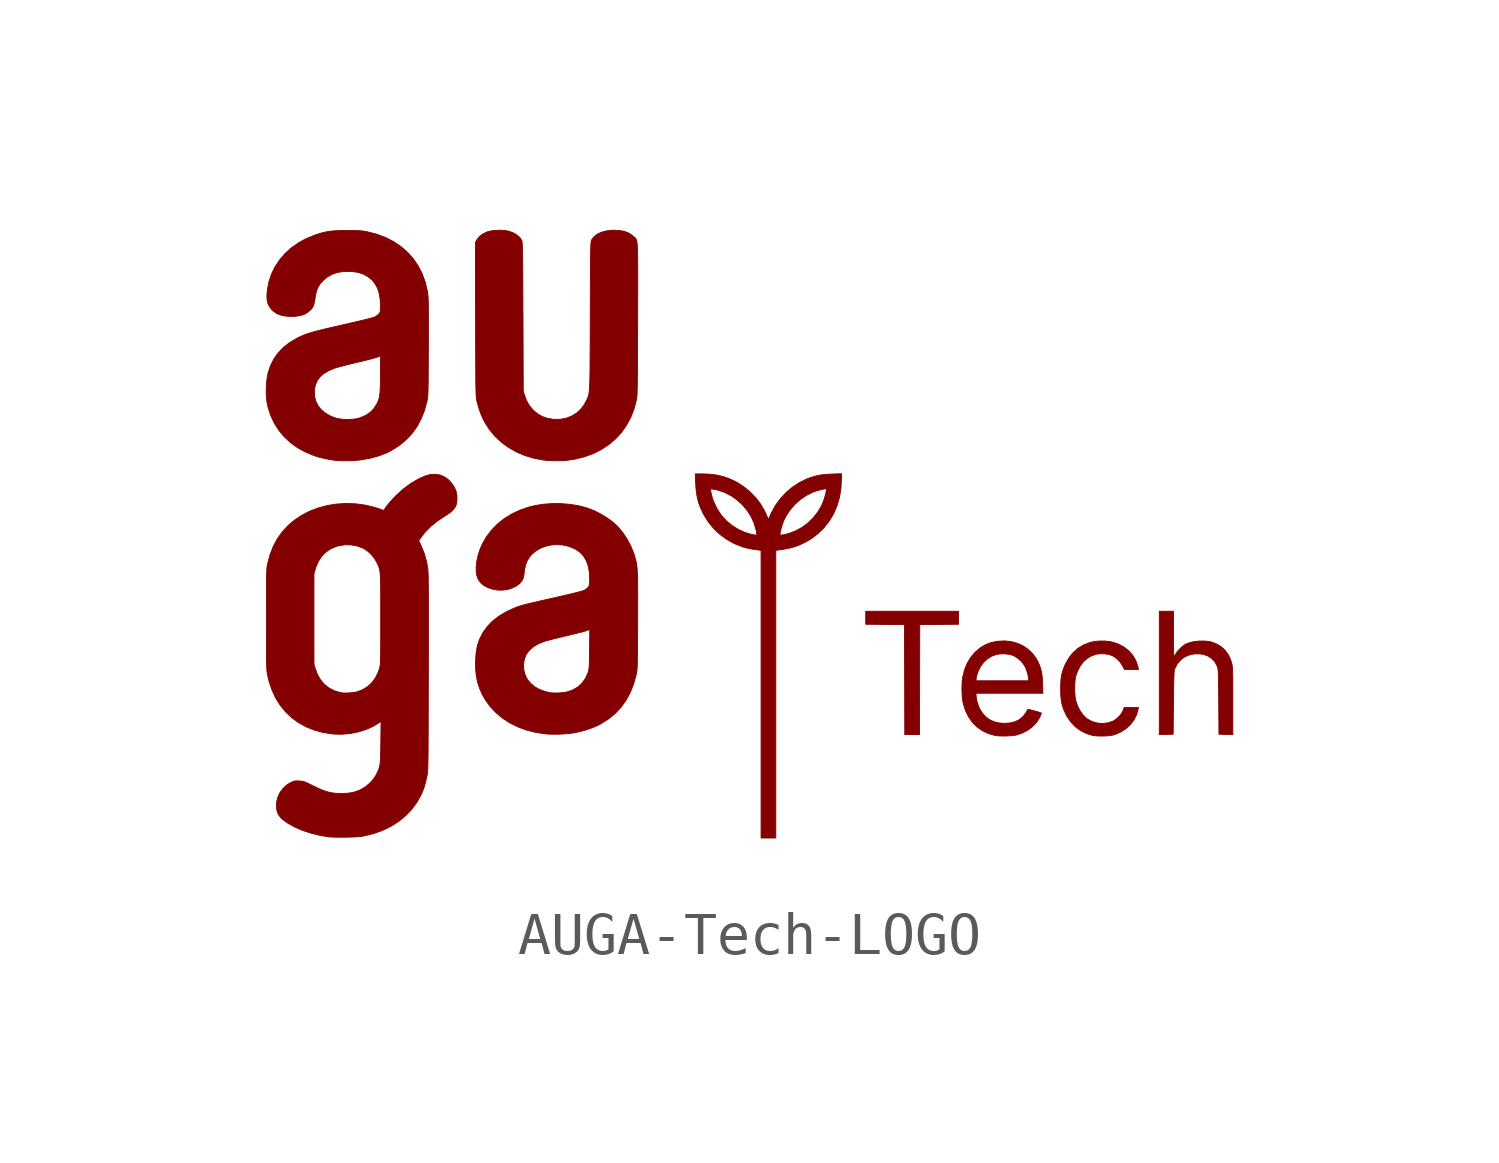
<source format=kicad_sym>
(kicad_symbol_lib
  (version 20231120)
  (generator "kicad_symbol_editor")
  (generator_version "8.0")
  (symbol "AUGA-Tech-LOGO"
    (pin_names
      (offset 1.016))
    (property "Reference" "#G"
      (at 0 9.365 0)
      (effects (font (size 1.27 1.27)) (hide yes)))
    (symbol "AUGA-Tech-LOGO_0_0"
      (polyline (pts (xy 4.032 -3.45) (xy 4.035 -2.153) (xy 4.492 -2.15) (xy 4.949 -2.146) (xy 4.949 -1.993) (xy 4.949 -1.84) (xy 3.855 -1.84) (xy 2.761 -1.84) (xy 2.761 -1.993) (xy 2.761 -2.146) (xy 3.218 -2.15) (xy 3.675 -2.153) (xy 3.679 -3.45) (xy 3.682 -4.747) (xy 3.855 -4.747) (xy 4.029 -4.747) (xy 4.032 -3.45)) (stroke (width 0.01) (type default)) (fill (type outline)))
      (polyline (pts (xy 11.419 -3.966) (xy 11.419 -3.959) (xy 11.419 -3.791) (xy 11.419 -3.648) (xy 11.418 -3.527) (xy 11.418 -3.426) (xy 11.416 -3.342) (xy 11.415 -3.274) (xy 11.412 -3.22) (xy 11.41 -3.176) (xy 11.406 -3.141) (xy 11.402 -3.113) (xy 11.398 -3.089) (xy 11.371 -2.994) (xy 11.315 -2.871) (xy 11.24 -2.765) (xy 11.147 -2.678) (xy 11.037 -2.611) (xy 10.911 -2.564) (xy 10.844 -2.551) (xy 10.734 -2.541) (xy 10.617 -2.543) (xy 10.503 -2.556) (xy 10.398 -2.58) (xy 10.31 -2.615) (xy 10.308 -2.615) (xy 10.247 -2.655) (xy 10.183 -2.711) (xy 10.124 -2.775) (xy 10.079 -2.839) (xy 10.06 -2.868) (xy 10.04 -2.896) (xy 10.029 -2.906) (xy 10.028 -2.905) (xy 10.026 -2.883) (xy 10.024 -2.839) (xy 10.022 -2.775) (xy 10.021 -2.693) (xy 10.02 -2.597) (xy 10.019 -2.49) (xy 10.019 -2.373) (xy 10.019 -1.84) (xy 9.852 -1.84) (xy 9.685 -1.84) (xy 9.685 -3.294) (xy 9.685 -4.747) (xy 9.848 -4.744) (xy 10.012 -4.74) (xy 10.019 -4) (xy 10.02 -3.918) (xy 10.022 -3.745) (xy 10.024 -3.595) (xy 10.027 -3.47) (xy 10.03 -3.369) (xy 10.033 -3.293) (xy 10.037 -3.243) (xy 10.04 -3.22) (xy 10.052 -3.19) (xy 10.11 -3.08) (xy 10.186 -2.99) (xy 10.277 -2.92) (xy 10.384 -2.872) (xy 10.503 -2.846) (xy 10.634 -2.844) (xy 10.733 -2.859) (xy 10.836 -2.897) (xy 10.925 -2.956) (xy 10.996 -3.034) (xy 11.048 -3.131) (xy 11.049 -3.131) (xy 11.055 -3.148) (xy 11.061 -3.164) (xy 11.065 -3.183) (xy 11.069 -3.205) (xy 11.072 -3.235) (xy 11.075 -3.273) (xy 11.077 -3.322) (xy 11.079 -3.384) (xy 11.081 -3.462) (xy 11.082 -3.558) (xy 11.083 -3.673) (xy 11.084 -3.811) (xy 11.086 -3.973) (xy 11.092 -4.74) (xy 11.256 -4.744) (xy 11.419 -4.747) (xy 11.419 -3.966)) (stroke (width 0.01) (type default)) (fill (type outline)))
      (polyline (pts (xy 8.371 -4.782) (xy 8.433 -4.78) (xy 8.498 -4.775) (xy 8.55 -4.768) (xy 8.598 -4.758) (xy 8.649 -4.742) (xy 8.66 -4.738) (xy 8.791 -4.679) (xy 8.907 -4.601) (xy 9.007 -4.508) (xy 9.088 -4.4) (xy 9.148 -4.282) (xy 9.184 -4.156) (xy 9.193 -4.106) (xy 9.024 -4.109) (xy 8.855 -4.113) (xy 8.829 -4.184) (xy 8.822 -4.201) (xy 8.781 -4.268) (xy 8.723 -4.335) (xy 8.657 -4.392) (xy 8.589 -4.433) (xy 8.577 -4.438) (xy 8.461 -4.474) (xy 8.34 -4.486) (xy 8.219 -4.475) (xy 8.102 -4.441) (xy 7.996 -4.385) (xy 7.971 -4.367) (xy 7.889 -4.289) (xy 7.818 -4.19) (xy 7.759 -4.075) (xy 7.715 -3.947) (xy 7.704 -3.889) (xy 7.695 -3.807) (xy 7.691 -3.713) (xy 7.69 -3.615) (xy 7.694 -3.521) (xy 7.702 -3.438) (xy 7.714 -3.373) (xy 7.753 -3.26) (xy 7.815 -3.138) (xy 7.892 -3.034) (xy 7.984 -2.951) (xy 8.089 -2.89) (xy 8.206 -2.852) (xy 8.23 -2.847) (xy 8.317 -2.841) (xy 8.409 -2.845) (xy 8.497 -2.86) (xy 8.569 -2.884) (xy 8.597 -2.898) (xy 8.686 -2.959) (xy 8.762 -3.039) (xy 8.82 -3.128) (xy 8.862 -3.213) (xy 9.028 -3.213) (xy 9.194 -3.213) (xy 9.184 -3.17) (xy 9.18 -3.15) (xy 9.166 -3.104) (xy 9.151 -3.055) (xy 9.128 -2.998) (xy 9.061 -2.882) (xy 8.973 -2.78) (xy 8.865 -2.693) (xy 8.739 -2.623) (xy 8.597 -2.572) (xy 8.536 -2.558) (xy 8.419 -2.543) (xy 8.294 -2.541) (xy 8.173 -2.55) (xy 8.065 -2.572) (xy 8.042 -2.578) (xy 7.898 -2.635) (xy 7.769 -2.712) (xy 7.657 -2.811) (xy 7.559 -2.931) (xy 7.477 -3.073) (xy 7.438 -3.159) (xy 7.406 -3.246) (xy 7.383 -3.334) (xy 7.368 -3.429) (xy 7.36 -3.538) (xy 7.358 -3.667) (xy 7.359 -3.77) (xy 7.366 -3.882) (xy 7.379 -3.979) (xy 7.399 -4.067) (xy 7.429 -4.154) (xy 7.469 -4.245) (xy 7.508 -4.321) (xy 7.598 -4.451) (xy 7.703 -4.562) (xy 7.824 -4.652) (xy 7.958 -4.721) (xy 8.104 -4.766) (xy 8.175 -4.777) (xy 8.263 -4.782) (xy 8.371 -4.782)) (stroke (width 0.01) (type default)) (fill (type outline)))
      (polyline (pts (xy 6.097 -4.78) (xy 6.188 -4.775) (xy 6.268 -4.766) (xy 6.33 -4.755) (xy 6.466 -4.706) (xy 6.592 -4.639) (xy 6.701 -4.555) (xy 6.792 -4.457) (xy 6.862 -4.348) (xy 6.869 -4.331) (xy 6.889 -4.287) (xy 6.9 -4.255) (xy 6.901 -4.24) (xy 6.891 -4.235) (xy 6.86 -4.225) (xy 6.813 -4.21) (xy 6.757 -4.195) (xy 6.717 -4.184) (xy 6.664 -4.17) (xy 6.624 -4.159) (xy 6.603 -4.153) (xy 6.597 -4.152) (xy 6.577 -4.166) (xy 6.554 -4.205) (xy 6.535 -4.24) (xy 6.469 -4.327) (xy 6.384 -4.396) (xy 6.282 -4.445) (xy 6.164 -4.474) (xy 6.03 -4.483) (xy 5.906 -4.474) (xy 5.787 -4.445) (xy 5.68 -4.396) (xy 5.673 -4.392) (xy 5.607 -4.342) (xy 5.542 -4.276) (xy 5.485 -4.202) (xy 5.442 -4.129) (xy 5.434 -4.11) (xy 5.407 -4.037) (xy 5.384 -3.957) (xy 5.369 -3.88) (xy 5.363 -3.817) (xy 5.363 -3.773) (xy 6.152 -3.773) (xy 6.94 -3.773) (xy 6.933 -3.557) (xy 6.931 -3.485) (xy 6.922 -3.372) (xy 6.907 -3.276) (xy 6.886 -3.188) (xy 6.856 -3.104) (xy 6.816 -3.016) (xy 6.777 -2.946) (xy 6.691 -2.831) (xy 6.587 -2.734) (xy 6.467 -2.654) (xy 6.334 -2.594) (xy 6.191 -2.555) (xy 6.041 -2.539) (xy 5.885 -2.546) (xy 5.855 -2.55) (xy 5.709 -2.581) (xy 5.579 -2.632) (xy 5.46 -2.704) (xy 5.348 -2.8) (xy 5.335 -2.813) (xy 5.234 -2.933) (xy 5.154 -3.068) (xy 5.093 -3.218) (xy 5.05 -3.387) (xy 5.041 -3.446) (xy 5.038 -3.48) (xy 5.363 -3.48) (xy 5.363 -3.449) (xy 5.364 -3.431) (xy 5.372 -3.39) (xy 5.383 -3.343) (xy 5.405 -3.271) (xy 5.462 -3.154) (xy 5.536 -3.051) (xy 5.626 -2.966) (xy 5.729 -2.901) (xy 5.843 -2.859) (xy 5.931 -2.845) (xy 6.037 -2.843) (xy 6.143 -2.855) (xy 6.236 -2.881) (xy 6.254 -2.889) (xy 6.332 -2.936) (xy 6.408 -2.999) (xy 6.474 -3.074) (xy 6.523 -3.151) (xy 6.54 -3.189) (xy 6.564 -3.257) (xy 6.584 -3.329) (xy 6.598 -3.397) (xy 6.603 -3.45) (xy 6.604 -3.48) (xy 5.983 -3.48) (xy 5.363 -3.48) (xy 5.038 -3.48) (xy 5.033 -3.546) (xy 5.03 -3.657) (xy 5.032 -3.769) (xy 5.038 -3.874) (xy 5.05 -3.962) (xy 5.065 -4.029) (xy 5.117 -4.189) (xy 5.188 -4.333) (xy 5.277 -4.459) (xy 5.385 -4.567) (xy 5.509 -4.655) (xy 5.649 -4.722) (xy 5.803 -4.767) (xy 5.84 -4.773) (xy 5.915 -4.78) (xy 6.004 -4.782) (xy 6.097 -4.78)) (stroke (width 0.01) (type default)) (fill (type outline)))
      (polyline (pts (xy 0.64 -3.795) (xy 0.64 -0.403) (xy 0.71 -0.394) (xy 0.833 -0.377) (xy 0.969 -0.35) (xy 1.091 -0.316) (xy 1.207 -0.273) (xy 1.324 -0.217) (xy 1.475 -0.129) (xy 1.636 -0.008) (xy 1.778 0.131) (xy 1.9 0.286) (xy 2.002 0.457) (xy 2.082 0.641) (xy 2.14 0.838) (xy 2.176 1.046) (xy 2.188 1.265) (xy 2.188 1.404) (xy 1.964 1.396) (xy 1.92 1.394) (xy 1.81 1.387) (xy 1.717 1.377) (xy 1.633 1.362) (xy 1.549 1.341) (xy 1.459 1.313) (xy 1.369 1.28) (xy 1.195 1.194) (xy 1.031 1.086) (xy 0.88 0.958) (xy 0.746 0.812) (xy 0.629 0.651) (xy 0.534 0.477) (xy 0.521 0.449) (xy 0.5 0.402) (xy 0.486 0.366) (xy 0.48 0.348) (xy 0.48 0.343) (xy 0.474 0.332) (xy 0.462 0.343) (xy 0.444 0.374) (xy 0.422 0.424) (xy 0.372 0.534) (xy 0.279 0.692) (xy 0.165 0.84) (xy 0.032 0.977) (xy -0.116 1.098) (xy -0.275 1.201) (xy -0.443 1.282) (xy -0.586 1.333) (xy -0.743 1.371) (xy -0.909 1.393) (xy -1.093 1.4) (xy -1.258 1.4) (xy -1.25 1.197) (xy -1.245 1.093) (xy -1.238 1.024) (xy -0.898 1.024) (xy -0.895 1.043) (xy -0.894 1.044) (xy -0.874 1.045) (xy -0.836 1.04) (xy -0.787 1.032) (xy -0.724 1.017) (xy -0.562 0.961) (xy -0.409 0.882) (xy -0.269 0.783) (xy -0.142 0.666) (xy -0.031 0.533) (xy 0.061 0.388) (xy 0.131 0.231) (xy 0.178 0.067) (xy 0.18 0.057) (xy 0.188 0.01) (xy 0.191 -0.024) (xy 0.738 -0.024) (xy 0.743 0.012) (xy 0.754 0.063) (xy 0.77 0.123) (xy 0.788 0.186) (xy 0.808 0.245) (xy 0.827 0.296) (xy 0.885 0.412) (xy 0.98 0.555) (xy 1.095 0.686) (xy 1.226 0.801) (xy 1.369 0.897) (xy 1.521 0.972) (xy 1.54 0.979) (xy 1.596 0.998) (xy 1.657 1.015) (xy 1.717 1.03) (xy 1.769 1.042) (xy 1.808 1.047) (xy 1.828 1.046) (xy 1.829 1.045) (xy 1.833 1.025) (xy 1.829 0.986) (xy 1.817 0.932) (xy 1.8 0.869) (xy 1.779 0.801) (xy 1.754 0.734) (xy 1.728 0.672) (xy 1.717 0.648) (xy 1.63 0.499) (xy 1.522 0.362) (xy 1.397 0.24) (xy 1.257 0.137) (xy 1.106 0.054) (xy 0.947 -0.005) (xy 0.917 -0.013) (xy 0.85 -0.03) (xy 0.795 -0.04) (xy 0.757 -0.043) (xy 0.74 -0.039) (xy 0.738 -0.024) (xy 0.191 -0.024) (xy 0.192 -0.025) (xy 0.19 -0.042) (xy 0.189 -0.042) (xy 0.168 -0.044) (xy 0.128 -0.038) (xy 0.075 -0.028) (xy 0.015 -0.012) (xy -0.046 0.006) (xy -0.102 0.026) (xy -0.237 0.087) (xy -0.392 0.183) (xy -0.53 0.298) (xy -0.649 0.432) (xy -0.749 0.584) (xy -0.828 0.752) (xy -0.83 0.757) (xy -0.85 0.814) (xy -0.868 0.875) (xy -0.883 0.934) (xy -0.893 0.986) (xy -0.898 1.024) (xy -1.238 1.024) (xy -1.231 0.951) (xy -1.208 0.823) (xy -1.175 0.704) (xy -1.129 0.586) (xy -1.07 0.461) (xy -1.056 0.434) (xy -0.949 0.264) (xy -0.822 0.109) (xy -0.676 -0.028) (xy -0.514 -0.146) (xy -0.338 -0.244) (xy -0.149 -0.319) (xy -0.07 -0.342) (xy 0.014 -0.362) (xy 0.109 -0.379) (xy 0.223 -0.394) (xy 0.293 -0.403) (xy 0.293 -3.795) (xy 0.293 -7.187) (xy 0.467 -7.187) (xy 0.64 -7.187) (xy 0.64 -3.795)) (stroke (width 0.01) (type default)) (fill (type outline)))
      (polyline (pts (xy -4.389 1.712) (xy -4.276 1.721) (xy -4.092 1.749) (xy -3.87 1.804) (xy -3.663 1.88) (xy -3.471 1.976) (xy -3.297 2.092) (xy -3.139 2.226) (xy -3 2.377) (xy -2.881 2.546) (xy -2.781 2.731) (xy -2.703 2.932) (xy -2.646 3.147) (xy -2.646 3.15) (xy -2.642 3.168) (xy -2.639 3.189) (xy -2.637 3.214) (xy -2.634 3.245) (xy -2.632 3.282) (xy -2.63 3.328) (xy -2.629 3.384) (xy -2.627 3.451) (xy -2.626 3.531) (xy -2.625 3.624) (xy -2.624 3.733) (xy -2.623 3.859) (xy -2.622 4.003) (xy -2.621 4.167) (xy -2.62 4.352) (xy -2.62 4.559) (xy -2.619 4.79) (xy -2.618 5.047) (xy -2.618 5.059) (xy -2.618 5.317) (xy -2.617 5.551) (xy -2.616 5.76) (xy -2.616 5.947) (xy -2.616 6.113) (xy -2.616 6.259) (xy -2.617 6.386) (xy -2.618 6.497) (xy -2.619 6.591) (xy -2.621 6.671) (xy -2.624 6.738) (xy -2.627 6.794) (xy -2.631 6.838) (xy -2.636 6.874) (xy -2.642 6.902) (xy -2.649 6.924) (xy -2.657 6.941) (xy -2.666 6.954) (xy -2.676 6.965) (xy -2.687 6.975) (xy -2.7 6.986) (xy -2.714 6.998) (xy -2.754 7.032) (xy -2.838 7.084) (xy -2.934 7.12) (xy -3.046 7.14) (xy -3.177 7.147) (xy -3.229 7.146) (xy -3.36 7.13) (xy -3.475 7.099) (xy -3.572 7.052) (xy -3.65 6.99) (xy -3.707 6.914) (xy -3.707 6.914) (xy -3.71 6.906) (xy -3.713 6.895) (xy -3.715 6.879) (xy -3.718 6.857) (xy -3.72 6.827) (xy -3.722 6.787) (xy -3.723 6.738) (xy -3.725 6.677) (xy -3.726 6.602) (xy -3.728 6.514) (xy -3.729 6.409) (xy -3.73 6.287) (xy -3.731 6.147) (xy -3.732 5.987) (xy -3.733 5.805) (xy -3.734 5.601) (xy -3.735 5.373) (xy -3.736 5.12) (xy -3.736 4.893) (xy -3.737 4.659) (xy -3.738 4.449) (xy -3.739 4.261) (xy -3.74 4.095) (xy -3.741 3.948) (xy -3.742 3.819) (xy -3.744 3.707) (xy -3.746 3.611) (xy -3.748 3.528) (xy -3.752 3.458) (xy -3.755 3.399) (xy -3.76 3.349) (xy -3.765 3.307) (xy -3.771 3.272) (xy -3.778 3.243) (xy -3.786 3.217) (xy -3.795 3.194) (xy -3.805 3.171) (xy -3.817 3.148) (xy -3.829 3.123) (xy -3.844 3.095) (xy -3.88 3.029) (xy -3.963 2.921) (xy -4.062 2.832) (xy -4.176 2.762) (xy -4.303 2.713) (xy -4.439 2.688) (xy -4.583 2.686) (xy -4.594 2.686) (xy -4.737 2.709) (xy -4.865 2.752) (xy -4.98 2.817) (xy -5.083 2.905) (xy -5.102 2.926) (xy -5.179 3.022) (xy -5.238 3.129) (xy -5.285 3.253) (xy -5.316 3.353) (xy -5.322 5.107) (xy -5.324 5.337) (xy -5.324 5.566) (xy -5.325 5.771) (xy -5.326 5.954) (xy -5.327 6.115) (xy -5.328 6.256) (xy -5.329 6.379) (xy -5.33 6.485) (xy -5.331 6.575) (xy -5.333 6.65) (xy -5.334 6.713) (xy -5.336 6.763) (xy -5.338 6.804) (xy -5.34 6.836) (xy -5.342 6.86) (xy -5.345 6.878) (xy -5.347 6.892) (xy -5.351 6.902) (xy -5.354 6.91) (xy -5.398 6.975) (xy -5.469 7.038) (xy -5.561 7.089) (xy -5.67 7.127) (xy -5.676 7.128) (xy -5.748 7.14) (xy -5.835 7.146) (xy -5.928 7.145) (xy -6.02 7.138) (xy -6.101 7.126) (xy -6.165 7.109) (xy -6.175 7.104) (xy -6.275 7.055) (xy -6.351 6.997) (xy -6.404 6.928) (xy -6.444 6.86) (xy -6.44 5.047) (xy -6.44 5.033) (xy -6.439 4.778) (xy -6.439 4.548) (xy -6.438 4.342) (xy -6.437 4.158) (xy -6.437 3.996) (xy -6.436 3.853) (xy -6.436 3.728) (xy -6.435 3.619) (xy -6.434 3.526) (xy -6.433 3.447) (xy -6.431 3.381) (xy -6.43 3.325) (xy -6.428 3.28) (xy -6.426 3.242) (xy -6.424 3.212) (xy -6.421 3.187) (xy -6.418 3.165) (xy -6.415 3.147) (xy -6.411 3.13) (xy -6.407 3.112) (xy -6.393 3.055) (xy -6.358 2.933) (xy -6.318 2.822) (xy -6.269 2.708) (xy -6.218 2.608) (xy -6.108 2.437) (xy -5.977 2.282) (xy -5.827 2.143) (xy -5.66 2.021) (xy -5.476 1.917) (xy -5.278 1.833) (xy -5.066 1.769) (xy -4.843 1.727) (xy -4.772 1.719) (xy -4.648 1.711) (xy -4.517 1.709) (xy -4.389 1.712)) (stroke (width 0.01) (type default)) (fill (type outline)))
      (polyline (pts (xy -4.494 -4.739) (xy -4.357 -4.733) (xy -4.227 -4.722) (xy -4.111 -4.706) (xy -4.002 -4.683) (xy -3.881 -4.651) (xy -3.76 -4.613) (xy -3.647 -4.571) (xy -3.553 -4.529) (xy -3.49 -4.496) (xy -3.311 -4.383) (xy -3.152 -4.254) (xy -3.013 -4.107) (xy -2.894 -3.942) (xy -2.794 -3.76) (xy -2.714 -3.559) (xy -2.653 -3.34) (xy -2.649 -3.322) (xy -2.644 -3.299) (xy -2.64 -3.275) (xy -2.636 -3.249) (xy -2.633 -3.219) (xy -2.631 -3.183) (xy -2.628 -3.139) (xy -2.627 -3.084) (xy -2.625 -3.019) (xy -2.624 -2.939) (xy -2.623 -2.845) (xy -2.622 -2.733) (xy -2.621 -2.601) (xy -2.62 -2.449) (xy -2.619 -2.274) (xy -2.618 -2.074) (xy -2.618 -1.996) (xy -2.617 -1.791) (xy -2.617 -1.611) (xy -2.616 -1.452) (xy -2.617 -1.314) (xy -2.618 -1.195) (xy -2.619 -1.091) (xy -2.622 -1.002) (xy -2.625 -0.926) (xy -2.629 -0.86) (xy -2.634 -0.803) (xy -2.64 -0.753) (xy -2.647 -0.708) (xy -2.655 -0.665) (xy -2.665 -0.624) (xy -2.676 -0.582) (xy -2.689 -0.536) (xy -2.714 -0.46) (xy -2.781 -0.298) (xy -2.867 -0.138) (xy -2.967 0.013) (xy -3.076 0.146) (xy -3.098 0.169) (xy -3.207 0.266) (xy -3.335 0.36) (xy -3.476 0.447) (xy -3.625 0.523) (xy -3.776 0.584) (xy -3.83 0.602) (xy -4.016 0.65) (xy -4.216 0.682) (xy -4.425 0.699) (xy -4.635 0.7) (xy -4.842 0.685) (xy -5.04 0.653) (xy -5.191 0.616) (xy -5.398 0.544) (xy -5.59 0.453) (xy -5.766 0.344) (xy -5.925 0.216) (xy -6.065 0.073) (xy -6.185 -0.086) (xy -6.283 -0.259) (xy -6.335 -0.378) (xy -6.378 -0.511) (xy -6.409 -0.642) (xy -6.425 -0.768) (xy -6.427 -0.884) (xy -6.413 -0.987) (xy -6.385 -1.072) (xy -6.372 -1.096) (xy -6.311 -1.177) (xy -6.229 -1.242) (xy -6.126 -1.292) (xy -6.001 -1.328) (xy -5.911 -1.341) (xy -5.795 -1.341) (xy -5.682 -1.325) (xy -5.576 -1.292) (xy -5.482 -1.246) (xy -5.403 -1.187) (xy -5.345 -1.117) (xy -5.327 -1.085) (xy -5.312 -1.046) (xy -5.302 -0.997) (xy -5.294 -0.93) (xy -5.286 -0.863) (xy -5.261 -0.748) (xy -5.223 -0.649) (xy -5.169 -0.561) (xy -5.119 -0.502) (xy -5.023 -0.419) (xy -4.912 -0.354) (xy -4.788 -0.306) (xy -4.656 -0.277) (xy -4.519 -0.267) (xy -4.381 -0.277) (xy -4.244 -0.308) (xy -4.114 -0.36) (xy -4.078 -0.379) (xy -3.976 -0.45) (xy -3.893 -0.539) (xy -3.83 -0.645) (xy -3.784 -0.77) (xy -3.758 -0.914) (xy -3.749 -1.077) (xy -3.749 -1.138) (xy -3.751 -1.186) (xy -3.756 -1.219) (xy -3.765 -1.244) (xy -3.779 -1.267) (xy -3.791 -1.283) (xy -3.829 -1.316) (xy -3.873 -1.343) (xy -3.901 -1.354) (xy -3.955 -1.37) (xy -4.032 -1.391) (xy -4.131 -1.416) (xy -4.251 -1.445) (xy -4.39 -1.477) (xy -4.546 -1.513) (xy -4.628 -1.532) (xy -4.782 -1.566) (xy -4.913 -1.596) (xy -5.024 -1.622) (xy -5.117 -1.644) (xy -5.195 -1.662) (xy -5.259 -1.678) (xy -5.313 -1.692) (xy -5.357 -1.705) (xy -5.396 -1.717) (xy -5.43 -1.728) (xy -5.463 -1.74) (xy -5.497 -1.753) (xy -5.531 -1.766) (xy -5.724 -1.855) (xy -5.894 -1.958) (xy -6.042 -2.074) (xy -6.166 -2.202) (xy -6.267 -2.344) (xy -6.345 -2.498) (xy -6.349 -2.508) (xy -6.381 -2.598) (xy -6.405 -2.687) (xy -6.422 -2.781) (xy -6.433 -2.889) (xy -6.44 -3.016) (xy -6.439 -3.114) (xy -5.31 -3.114) (xy -5.296 -2.998) (xy -5.26 -2.89) (xy -5.237 -2.846) (xy -5.17 -2.757) (xy -5.082 -2.68) (xy -4.971 -2.613) (xy -4.836 -2.556) (xy -4.821 -2.551) (xy -4.773 -2.537) (xy -4.706 -2.519) (xy -4.622 -2.497) (xy -4.526 -2.473) (xy -4.423 -2.448) (xy -4.315 -2.422) (xy -4.256 -2.409) (xy -4.152 -2.383) (xy -4.056 -2.36) (xy -3.97 -2.338) (xy -3.899 -2.319) (xy -3.847 -2.305) (xy -3.817 -2.295) (xy -3.747 -2.268) (xy -3.752 -2.731) (xy -3.753 -2.797) (xy -3.754 -2.912) (xy -3.756 -3.005) (xy -3.758 -3.079) (xy -3.761 -3.137) (xy -3.765 -3.182) (xy -3.769 -3.216) (xy -3.774 -3.243) (xy -3.781 -3.267) (xy -3.795 -3.308) (xy -3.856 -3.434) (xy -3.934 -3.54) (xy -4.03 -3.627) (xy -4.144 -3.694) (xy -4.276 -3.74) (xy -4.288 -3.743) (xy -4.359 -3.755) (xy -4.442 -3.763) (xy -4.53 -3.768) (xy -4.611 -3.767) (xy -4.676 -3.761) (xy -4.801 -3.733) (xy -4.933 -3.684) (xy -5.049 -3.619) (xy -5.145 -3.538) (xy -5.221 -3.443) (xy -5.27 -3.344) (xy -5.301 -3.231) (xy -5.31 -3.114) (xy -6.439 -3.114) (xy -6.439 -3.195) (xy -6.425 -3.357) (xy -6.395 -3.507) (xy -6.349 -3.651) (xy -6.286 -3.793) (xy -6.213 -3.924) (xy -6.095 -4.087) (xy -5.957 -4.234) (xy -5.801 -4.364) (xy -5.626 -4.477) (xy -5.436 -4.57) (xy -5.231 -4.645) (xy -5.012 -4.699) (xy -4.781 -4.732) (xy -4.747 -4.735) (xy -4.627 -4.74) (xy -4.494 -4.739)) (stroke (width 0.01) (type default)) (fill (type outline)))
      (polyline (pts (xy -9.159 1.728) (xy -8.935 1.767) (xy -8.723 1.825) (xy -8.527 1.901) (xy -8.505 1.911) (xy -8.384 1.978) (xy -8.26 2.058) (xy -8.144 2.148) (xy -8.043 2.239) (xy -7.928 2.366) (xy -7.816 2.525) (xy -7.723 2.7) (xy -7.647 2.892) (xy -7.588 3.104) (xy -7.584 3.122) (xy -7.58 3.144) (xy -7.575 3.168) (xy -7.572 3.194) (xy -7.569 3.224) (xy -7.566 3.261) (xy -7.564 3.306) (xy -7.562 3.361) (xy -7.561 3.427) (xy -7.559 3.508) (xy -7.558 3.603) (xy -7.557 3.717) (xy -7.556 3.85) (xy -7.556 4.003) (xy -7.555 4.18) (xy -7.554 4.382) (xy -7.554 4.404) (xy -7.553 4.61) (xy -7.553 4.791) (xy -7.553 4.949) (xy -7.553 5.085) (xy -7.553 5.203) (xy -7.554 5.303) (xy -7.555 5.387) (xy -7.556 5.457) (xy -7.558 5.515) (xy -7.56 5.563) (xy -7.563 5.602) (xy -7.566 5.634) (xy -7.569 5.662) (xy -7.578 5.716) (xy -7.629 5.928) (xy -7.702 6.126) (xy -7.797 6.309) (xy -7.912 6.477) (xy -8.047 6.628) (xy -8.201 6.762) (xy -8.374 6.878) (xy -8.565 6.975) (xy -8.772 7.053) (xy -8.995 7.11) (xy -9.014 7.114) (xy -9.062 7.122) (xy -9.109 7.129) (xy -9.158 7.134) (xy -9.215 7.137) (xy -9.284 7.139) (xy -9.37 7.139) (xy -9.478 7.139) (xy -9.558 7.139) (xy -9.678 7.137) (xy -9.78 7.132) (xy -9.869 7.123) (xy -9.951 7.11) (xy -10.032 7.093) (xy -10.116 7.069) (xy -10.21 7.039) (xy -10.25 7.025) (xy -10.449 6.942) (xy -10.632 6.84) (xy -10.797 6.721) (xy -10.943 6.587) (xy -11.069 6.437) (xy -11.175 6.275) (xy -11.258 6.101) (xy -11.318 5.915) (xy -11.353 5.721) (xy -11.354 5.716) (xy -11.362 5.6) (xy -11.357 5.503) (xy -11.338 5.421) (xy -11.304 5.349) (xy -11.253 5.282) (xy -11.2 5.231) (xy -11.12 5.178) (xy -11.026 5.141) (xy -10.916 5.12) (xy -10.786 5.114) (xy -10.69 5.117) (xy -10.584 5.131) (xy -10.494 5.158) (xy -10.415 5.2) (xy -10.341 5.259) (xy -10.313 5.287) (xy -10.28 5.333) (xy -10.256 5.389) (xy -10.238 5.46) (xy -10.224 5.553) (xy -10.216 5.611) (xy -10.19 5.719) (xy -10.152 5.811) (xy -10.099 5.893) (xy -10.028 5.968) (xy -9.941 6.04) (xy -9.838 6.101) (xy -9.725 6.143) (xy -9.597 6.168) (xy -9.452 6.176) (xy -9.364 6.174) (xy -9.22 6.154) (xy -9.092 6.114) (xy -8.98 6.053) (xy -8.882 5.972) (xy -8.869 5.957) (xy -8.8 5.869) (xy -8.748 5.768) (xy -8.712 5.653) (xy -8.691 5.519) (xy -8.685 5.366) (xy -8.685 5.315) (xy -8.686 5.265) (xy -8.689 5.232) (xy -8.696 5.208) (xy -8.707 5.189) (xy -8.725 5.169) (xy -8.738 5.156) (xy -8.781 5.122) (xy -8.828 5.096) (xy -8.831 5.095) (xy -8.861 5.086) (xy -8.913 5.072) (xy -8.986 5.053) (xy -9.075 5.031) (xy -9.18 5.006) (xy -9.296 4.979) (xy -9.421 4.95) (xy -9.552 4.92) (xy -9.589 4.911) (xy -9.761 4.872) (xy -9.909 4.838) (xy -10.037 4.807) (xy -10.146 4.78) (xy -10.24 4.755) (xy -10.321 4.732) (xy -10.391 4.71) (xy -10.453 4.688) (xy -10.509 4.666) (xy -10.562 4.643) (xy -10.615 4.619) (xy -10.663 4.594) (xy -10.831 4.493) (xy -10.975 4.379) (xy -11.098 4.251) (xy -11.198 4.109) (xy -11.277 3.951) (xy -11.335 3.778) (xy -11.352 3.698) (xy -11.367 3.581) (xy -11.376 3.454) (xy -11.378 3.36) (xy -10.242 3.36) (xy -10.24 3.385) (xy -10.218 3.497) (xy -10.176 3.597) (xy -10.112 3.685) (xy -10.026 3.762) (xy -9.915 3.829) (xy -9.781 3.888) (xy -9.769 3.892) (xy -9.719 3.907) (xy -9.648 3.927) (xy -9.562 3.95) (xy -9.464 3.975) (xy -9.359 4.001) (xy -9.252 4.027) (xy -9.208 4.037) (xy -9.104 4.062) (xy -9.007 4.086) (xy -8.92 4.108) (xy -8.848 4.127) (xy -8.793 4.143) (xy -8.761 4.153) (xy -8.685 4.184) (xy -8.685 3.755) (xy -8.685 3.693) (xy -8.686 3.566) (xy -8.688 3.46) (xy -8.691 3.373) (xy -8.696 3.301) (xy -8.704 3.241) (xy -8.714 3.191) (xy -8.727 3.146) (xy -8.744 3.103) (xy -8.764 3.059) (xy -8.773 3.041) (xy -8.842 2.936) (xy -8.928 2.849) (xy -9.034 2.779) (xy -9.16 2.725) (xy -9.175 2.72) (xy -9.229 2.705) (xy -9.283 2.695) (xy -9.345 2.689) (xy -9.425 2.685) (xy -9.494 2.684) (xy -9.601 2.69) (xy -9.696 2.705) (xy -9.787 2.733) (xy -9.882 2.774) (xy -9.982 2.833) (xy -10.081 2.914) (xy -10.156 3.009) (xy -10.209 3.116) (xy -10.238 3.233) (xy -10.242 3.36) (xy -11.378 3.36) (xy -11.379 3.325) (xy -11.374 3.204) (xy -11.361 3.098) (xy -11.335 2.975) (xy -11.273 2.779) (xy -11.188 2.597) (xy -11.081 2.429) (xy -10.953 2.275) (xy -10.805 2.138) (xy -10.637 2.017) (xy -10.449 1.914) (xy -10.244 1.829) (xy -10.148 1.799) (xy -10.018 1.766) (xy -9.884 1.739) (xy -9.758 1.721) (xy -9.624 1.711) (xy -9.39 1.709) (xy -9.159 1.728)) (stroke (width 0.01) (type default)) (fill (type outline)))
      (polyline (pts (xy -9.512 -7.168) (xy -9.466 -7.167) (xy -9.366 -7.165) (xy -9.284 -7.162) (xy -9.218 -7.158) (xy -9.16 -7.152) (xy -9.107 -7.144) (xy -9.052 -7.134) (xy -8.843 -7.082) (xy -8.63 -7.006) (xy -8.433 -6.911) (xy -8.254 -6.796) (xy -8.092 -6.664) (xy -7.949 -6.515) (xy -7.826 -6.349) (xy -7.725 -6.167) (xy -7.692 -6.093) (xy -7.653 -5.987) (xy -7.619 -5.867) (xy -7.587 -5.727) (xy -7.585 -5.718) (xy -7.582 -5.701) (xy -7.579 -5.683) (xy -7.576 -5.664) (xy -7.573 -5.641) (xy -7.571 -5.613) (xy -7.569 -5.58) (xy -7.567 -5.54) (xy -7.566 -5.492) (xy -7.564 -5.435) (xy -7.563 -5.367) (xy -7.562 -5.287) (xy -7.561 -5.194) (xy -7.56 -5.087) (xy -7.559 -4.964) (xy -7.558 -4.824) (xy -7.558 -4.667) (xy -7.557 -4.49) (xy -7.557 -4.292) (xy -7.556 -4.073) (xy -7.556 -3.831) (xy -7.555 -3.565) (xy -7.554 -3.273) (xy -7.554 -3.045) (xy -7.553 -2.769) (xy -7.553 -2.517) (xy -7.553 -2.288) (xy -7.553 -2.082) (xy -7.553 -1.896) (xy -7.553 -1.73) (xy -7.553 -1.582) (xy -7.553 -1.452) (xy -7.554 -1.338) (xy -7.555 -1.239) (xy -7.556 -1.153) (xy -7.557 -1.08) (xy -7.558 -1.018) (xy -7.559 -0.966) (xy -7.561 -0.922) (xy -7.563 -0.886) (xy -7.565 -0.857) (xy -7.568 -0.833) (xy -7.57 -0.812) (xy -7.594 -0.681) (xy -7.646 -0.49) (xy -7.72 -0.305) (xy -7.781 -0.174) (xy -7.731 -0.102) (xy -7.641 0.015) (xy -7.506 0.154) (xy -7.347 0.284) (xy -7.166 0.405) (xy -7.132 0.426) (xy -7.043 0.487) (xy -6.976 0.545) (xy -6.929 0.605) (xy -6.898 0.669) (xy -6.882 0.742) (xy -6.878 0.827) (xy -6.881 0.894) (xy -6.9 0.99) (xy -6.938 1.08) (xy -6.998 1.171) (xy -7.005 1.181) (xy -7.089 1.27) (xy -7.185 1.335) (xy -7.29 1.376) (xy -7.402 1.392) (xy -7.518 1.383) (xy -7.637 1.348) (xy -7.776 1.285) (xy -7.964 1.177) (xy -8.144 1.044) (xy -8.318 0.886) (xy -8.334 0.87) (xy -8.393 0.808) (xy -8.45 0.744) (xy -8.499 0.686) (xy -8.536 0.639) (xy -8.607 0.538) (xy -8.73 0.581) (xy -8.821 0.611) (xy -9.04 0.663) (xy -9.265 0.694) (xy -9.492 0.702) (xy -9.718 0.689) (xy -9.939 0.654) (xy -10.153 0.597) (xy -10.356 0.519) (xy -10.545 0.421) (xy -10.701 0.317) (xy -10.861 0.183) (xy -10.999 0.033) (xy -11.117 -0.133) (xy -11.214 -0.315) (xy -11.291 -0.515) (xy -11.349 -0.733) (xy -11.352 -0.751) (xy -11.356 -0.774) (xy -11.359 -0.8) (xy -11.362 -0.831) (xy -11.364 -0.869) (xy -11.367 -0.916) (xy -11.367 -0.953) (xy -10.252 -0.953) (xy -10.221 -0.847) (xy -10.205 -0.794) (xy -10.145 -0.658) (xy -10.068 -0.542) (xy -9.974 -0.446) (xy -9.862 -0.369) (xy -9.732 -0.313) (xy -9.662 -0.293) (xy -9.52 -0.272) (xy -9.374 -0.275) (xy -9.232 -0.3) (xy -9.098 -0.35) (xy -9.062 -0.369) (xy -8.977 -0.429) (xy -8.895 -0.506) (xy -8.825 -0.593) (xy -8.772 -0.682) (xy -8.759 -0.708) (xy -8.744 -0.74) (xy -8.731 -0.769) (xy -8.72 -0.798) (xy -8.711 -0.828) (xy -8.703 -0.862) (xy -8.696 -0.902) (xy -8.691 -0.949) (xy -8.687 -1.005) (xy -8.684 -1.072) (xy -8.681 -1.153) (xy -8.68 -1.248) (xy -8.679 -1.361) (xy -8.678 -1.492) (xy -8.678 -1.645) (xy -8.678 -1.82) (xy -8.678 -2.02) (xy -8.678 -2.047) (xy -8.678 -2.239) (xy -8.678 -2.406) (xy -8.678 -2.551) (xy -8.679 -2.674) (xy -8.68 -2.779) (xy -8.68 -2.866) (xy -8.682 -2.939) (xy -8.683 -2.998) (xy -8.685 -3.045) (xy -8.688 -3.083) (xy -8.69 -3.112) (xy -8.694 -3.136) (xy -8.697 -3.156) (xy -8.702 -3.173) (xy -8.735 -3.274) (xy -8.799 -3.406) (xy -8.882 -3.519) (xy -8.982 -3.613) (xy -9.099 -3.687) (xy -9.232 -3.739) (xy -9.256 -3.745) (xy -9.318 -3.755) (xy -9.391 -3.763) (xy -9.466 -3.768) (xy -9.534 -3.768) (xy -9.585 -3.765) (xy -9.637 -3.755) (xy -9.775 -3.713) (xy -9.898 -3.649) (xy -10.005 -3.564) (xy -10.095 -3.459) (xy -10.168 -3.335) (xy -10.221 -3.193) (xy -10.252 -3.087) (xy -10.252 -2.02) (xy -10.252 -0.953) (xy -11.367 -0.953) (xy -11.368 -0.974) (xy -11.369 -1.043) (xy -11.37 -1.127) (xy -11.371 -1.227) (xy -11.372 -1.344) (xy -11.372 -1.481) (xy -11.373 -1.639) (xy -11.373 -1.821) (xy -11.373 -2.027) (xy -11.373 -2.201) (xy -11.373 -2.386) (xy -11.372 -2.548) (xy -11.372 -2.688) (xy -11.371 -2.809) (xy -11.371 -2.912) (xy -11.37 -2.999) (xy -11.368 -3.071) (xy -11.367 -3.131) (xy -11.365 -3.181) (xy -11.362 -3.222) (xy -11.36 -3.255) (xy -11.356 -3.284) (xy -11.353 -3.309) (xy -11.348 -3.332) (xy -11.316 -3.476) (xy -11.247 -3.685) (xy -11.159 -3.878) (xy -11.05 -4.053) (xy -10.923 -4.21) (xy -10.778 -4.348) (xy -10.615 -4.467) (xy -10.436 -4.566) (xy -10.241 -4.644) (xy -10.032 -4.7) (xy -9.808 -4.734) (xy -9.79 -4.735) (xy -9.595 -4.74) (xy -9.399 -4.724) (xy -9.207 -4.686) (xy -9.024 -4.628) (xy -8.854 -4.552) (xy -8.7 -4.457) (xy -8.669 -4.435) (xy -8.675 -4.921) (xy -8.676 -5.017) (xy -8.678 -5.141) (xy -8.681 -5.243) (xy -8.684 -5.327) (xy -8.689 -5.396) (xy -8.696 -5.454) (xy -8.706 -5.503) (xy -8.718 -5.547) (xy -8.733 -5.589) (xy -8.752 -5.632) (xy -8.775 -5.68) (xy -8.789 -5.707) (xy -8.854 -5.803) (xy -8.936 -5.894) (xy -9.028 -5.973) (xy -9.123 -6.033) (xy -9.191 -6.065) (xy -9.284 -6.099) (xy -9.379 -6.121) (xy -9.483 -6.133) (xy -9.605 -6.137) (xy -9.684 -6.136) (xy -9.779 -6.129) (xy -9.867 -6.115) (xy -9.955 -6.092) (xy -10.048 -6.06) (xy -10.152 -6.015) (xy -10.272 -5.957) (xy -10.29 -5.948) (xy -10.364 -5.912) (xy -10.42 -5.885) (xy -10.463 -5.867) (xy -10.498 -5.855) (xy -10.53 -5.848) (xy -10.563 -5.845) (xy -10.603 -5.842) (xy -10.635 -5.841) (xy -10.683 -5.841) (xy -10.72 -5.846) (xy -10.756 -5.859) (xy -10.803 -5.881) (xy -10.887 -5.932) (xy -10.976 -6.012) (xy -11.048 -6.108) (xy -11.101 -6.216) (xy -11.131 -6.332) (xy -11.136 -6.452) (xy -11.13 -6.516) (xy -11.111 -6.589) (xy -11.078 -6.653) (xy -11.029 -6.713) (xy -10.96 -6.773) (xy -10.868 -6.837) (xy -10.85 -6.848) (xy -10.696 -6.933) (xy -10.52 -7.008) (xy -10.329 -7.072) (xy -10.124 -7.123) (xy -9.912 -7.16) (xy -9.897 -7.161) (xy -9.848 -7.164) (xy -9.78 -7.166) (xy -9.697 -7.168) (xy -9.606 -7.168) (xy -9.512 -7.168)) (stroke (width 0.01) (type default)) (fill (type outline))))))
</source>
